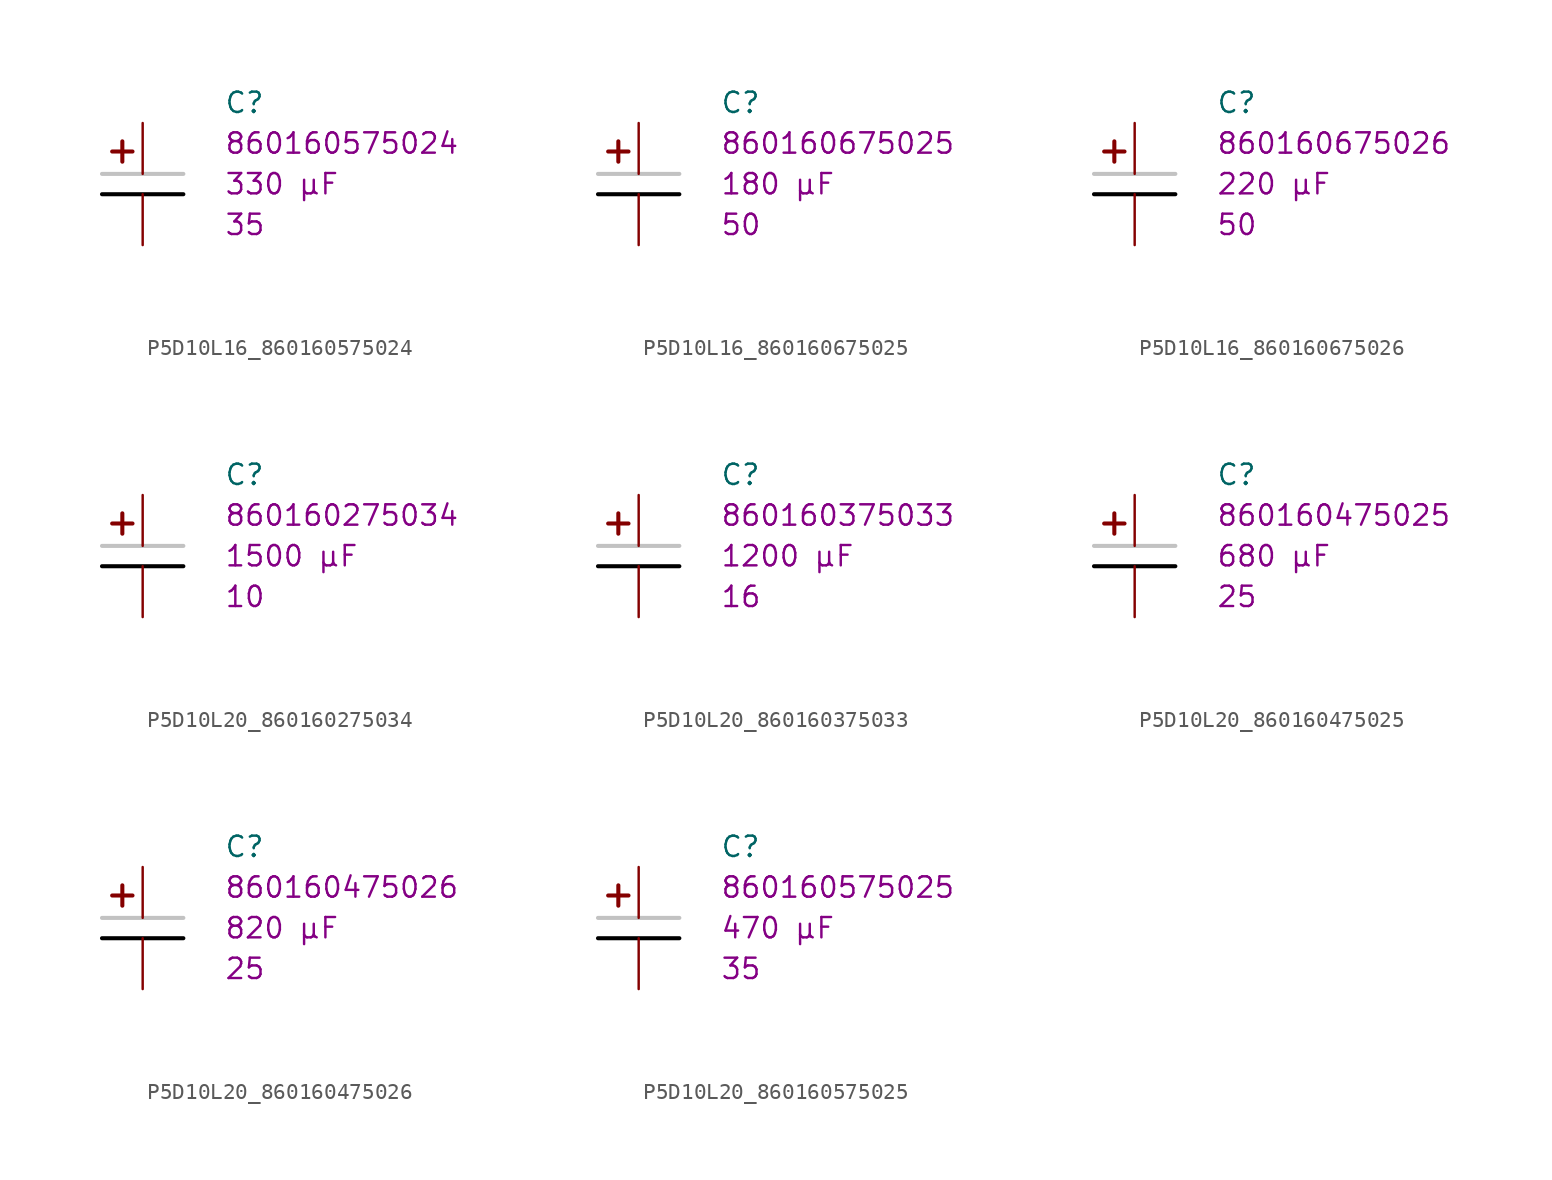
<source format=kicad_sym>
(kicad_symbol_lib
  (version 20220914)
  (generator kicad_symbol_editor)
  (symbol "P5D10L16_860160575024"
    (pin_numbers hide)
    (pin_names hide)
    (property "Reference" "C"
      (at 5.08 5.08 0)
      (effects (font (size 1.27 1.27)) (justify left)))
    (property "Part Number" "860160575024"
      (at 5.08 2.54 0)
      (effects (font (size 1.27 1.27)) (justify left)))
    (property "Capacitance" "330 µF"
      (at 5.08 0 0)
      (effects (font (size 1.27 1.27)) (justify left)))
    (property "Voltage" "35"
      (at 5.08 -2.54 0)
      (effects (font (size 1.27 1.27)) (justify left)))
    (property "Critical Parameter" ""
      (at 0 -7.62 0)
      (effects (font (size 1.27 1.27))))
    (symbol "P5D10L16_860160575024_1_1"
      (polyline (pts (xy -1.27 2.667) (xy -1.27 1.397)) (stroke (width 0.254) (type default)) (fill (type none)))
      (polyline (pts (xy -0.635 2.032) (xy -1.905 2.032)) (stroke (width 0.254) (type default)) (fill (type none)))
      (polyline (pts (xy 2.54 -0.635) (xy -2.54 -0.635)) (stroke (width 0.254) (type default) (color 0 0 0 1)) (fill (type none)))
      (polyline (pts (xy 2.54 0.635) (xy -2.54 0.635)) (stroke (width 0.254) (type default) (color 194 194 194 1)) (fill (type none)))
      (pin passive line (at 0 3.81 270) (length 3.175) (name "1" (effects (font (size 1.27 1.27)))) (number "1" (effects (font (size 1.27 1.27)))))
      (pin passive line (at 0 -3.81 90) (length 3.175) (name "2" (effects (font (size 1.27 1.27)))) (number "2" (effects (font (size 1.27 1.27)))))))
  (symbol "P5D10L16_860160675025"
    (pin_numbers hide)
    (pin_names hide)
    (property "Reference" "C"
      (at 5.08 5.08 0)
      (effects (font (size 1.27 1.27)) (justify left)))
    (property "Part Number" "860160675025"
      (at 5.08 2.54 0)
      (effects (font (size 1.27 1.27)) (justify left)))
    (property "Capacitance" "180 µF"
      (at 5.08 0 0)
      (effects (font (size 1.27 1.27)) (justify left)))
    (property "Voltage" "50"
      (at 5.08 -2.54 0)
      (effects (font (size 1.27 1.27)) (justify left)))
    (property "Critical Parameter" ""
      (at 0 -7.62 0)
      (effects (font (size 1.27 1.27))))
    (symbol "P5D10L16_860160675025_1_1"
      (polyline (pts (xy -1.27 2.667) (xy -1.27 1.397)) (stroke (width 0.254) (type default)) (fill (type none)))
      (polyline (pts (xy -0.635 2.032) (xy -1.905 2.032)) (stroke (width 0.254) (type default)) (fill (type none)))
      (polyline (pts (xy 2.54 -0.635) (xy -2.54 -0.635)) (stroke (width 0.254) (type default) (color 0 0 0 1)) (fill (type none)))
      (polyline (pts (xy 2.54 0.635) (xy -2.54 0.635)) (stroke (width 0.254) (type default) (color 194 194 194 1)) (fill (type none)))
      (pin passive line (at 0 3.81 270) (length 3.175) (name "1" (effects (font (size 1.27 1.27)))) (number "1" (effects (font (size 1.27 1.27)))))
      (pin passive line (at 0 -3.81 90) (length 3.175) (name "2" (effects (font (size 1.27 1.27)))) (number "2" (effects (font (size 1.27 1.27)))))))
  (symbol "P5D10L16_860160675026"
    (pin_numbers hide)
    (pin_names hide)
    (property "Reference" "C"
      (at 5.08 5.08 0)
      (effects (font (size 1.27 1.27)) (justify left)))
    (property "Part Number" "860160675026"
      (at 5.08 2.54 0)
      (effects (font (size 1.27 1.27)) (justify left)))
    (property "Capacitance" "220 µF"
      (at 5.08 0 0)
      (effects (font (size 1.27 1.27)) (justify left)))
    (property "Voltage" "50"
      (at 5.08 -2.54 0)
      (effects (font (size 1.27 1.27)) (justify left)))
    (property "Critical Parameter" ""
      (at 0 -7.62 0)
      (effects (font (size 1.27 1.27))))
    (symbol "P5D10L16_860160675026_1_1"
      (polyline (pts (xy -1.27 2.667) (xy -1.27 1.397)) (stroke (width 0.254) (type default)) (fill (type none)))
      (polyline (pts (xy -0.635 2.032) (xy -1.905 2.032)) (stroke (width 0.254) (type default)) (fill (type none)))
      (polyline (pts (xy 2.54 -0.635) (xy -2.54 -0.635)) (stroke (width 0.254) (type default) (color 0 0 0 1)) (fill (type none)))
      (polyline (pts (xy 2.54 0.635) (xy -2.54 0.635)) (stroke (width 0.254) (type default) (color 194 194 194 1)) (fill (type none)))
      (pin passive line (at 0 3.81 270) (length 3.175) (name "1" (effects (font (size 1.27 1.27)))) (number "1" (effects (font (size 1.27 1.27)))))
      (pin passive line (at 0 -3.81 90) (length 3.175) (name "2" (effects (font (size 1.27 1.27)))) (number "2" (effects (font (size 1.27 1.27)))))))
  (symbol "P5D10L20_860160275034"
    (pin_numbers hide)
    (pin_names hide)
    (property "Reference" "C"
      (at 5.08 5.08 0)
      (effects (font (size 1.27 1.27)) (justify left)))
    (property "Part Number" "860160275034"
      (at 5.08 2.54 0)
      (effects (font (size 1.27 1.27)) (justify left)))
    (property "Capacitance" "1500 µF"
      (at 5.08 0 0)
      (effects (font (size 1.27 1.27)) (justify left)))
    (property "Voltage" "10"
      (at 5.08 -2.54 0)
      (effects (font (size 1.27 1.27)) (justify left)))
    (property "Critical Parameter" ""
      (at 0 -7.62 0)
      (effects (font (size 1.27 1.27))))
    (symbol "P5D10L20_860160275034_1_1"
      (polyline (pts (xy -1.27 2.667) (xy -1.27 1.397)) (stroke (width 0.254) (type default)) (fill (type none)))
      (polyline (pts (xy -0.635 2.032) (xy -1.905 2.032)) (stroke (width 0.254) (type default)) (fill (type none)))
      (polyline (pts (xy 2.54 -0.635) (xy -2.54 -0.635)) (stroke (width 0.254) (type default) (color 0 0 0 1)) (fill (type none)))
      (polyline (pts (xy 2.54 0.635) (xy -2.54 0.635)) (stroke (width 0.254) (type default) (color 194 194 194 1)) (fill (type none)))
      (pin passive line (at 0 3.81 270) (length 3.175) (name "1" (effects (font (size 1.27 1.27)))) (number "1" (effects (font (size 1.27 1.27)))))
      (pin passive line (at 0 -3.81 90) (length 3.175) (name "2" (effects (font (size 1.27 1.27)))) (number "2" (effects (font (size 1.27 1.27)))))))
  (symbol "P5D10L20_860160375033"
    (pin_numbers hide)
    (pin_names hide)
    (property "Reference" "C"
      (at 5.08 5.08 0)
      (effects (font (size 1.27 1.27)) (justify left)))
    (property "Part Number" "860160375033"
      (at 5.08 2.54 0)
      (effects (font (size 1.27 1.27)) (justify left)))
    (property "Capacitance" "1200 µF"
      (at 5.08 0 0)
      (effects (font (size 1.27 1.27)) (justify left)))
    (property "Voltage" "16"
      (at 5.08 -2.54 0)
      (effects (font (size 1.27 1.27)) (justify left)))
    (property "Critical Parameter" ""
      (at 0 -7.62 0)
      (effects (font (size 1.27 1.27))))
    (symbol "P5D10L20_860160375033_1_1"
      (polyline (pts (xy -1.27 2.667) (xy -1.27 1.397)) (stroke (width 0.254) (type default)) (fill (type none)))
      (polyline (pts (xy -0.635 2.032) (xy -1.905 2.032)) (stroke (width 0.254) (type default)) (fill (type none)))
      (polyline (pts (xy 2.54 -0.635) (xy -2.54 -0.635)) (stroke (width 0.254) (type default) (color 0 0 0 1)) (fill (type none)))
      (polyline (pts (xy 2.54 0.635) (xy -2.54 0.635)) (stroke (width 0.254) (type default) (color 194 194 194 1)) (fill (type none)))
      (pin passive line (at 0 3.81 270) (length 3.175) (name "1" (effects (font (size 1.27 1.27)))) (number "1" (effects (font (size 1.27 1.27)))))
      (pin passive line (at 0 -3.81 90) (length 3.175) (name "2" (effects (font (size 1.27 1.27)))) (number "2" (effects (font (size 1.27 1.27)))))))
  (symbol "P5D10L20_860160475025"
    (pin_numbers hide)
    (pin_names hide)
    (property "Reference" "C"
      (at 5.08 5.08 0)
      (effects (font (size 1.27 1.27)) (justify left)))
    (property "Part Number" "860160475025"
      (at 5.08 2.54 0)
      (effects (font (size 1.27 1.27)) (justify left)))
    (property "Capacitance" "680 µF"
      (at 5.08 0 0)
      (effects (font (size 1.27 1.27)) (justify left)))
    (property "Voltage" "25"
      (at 5.08 -2.54 0)
      (effects (font (size 1.27 1.27)) (justify left)))
    (property "Critical Parameter" ""
      (at 0 -7.62 0)
      (effects (font (size 1.27 1.27))))
    (symbol "P5D10L20_860160475025_1_1"
      (polyline (pts (xy -1.27 2.667) (xy -1.27 1.397)) (stroke (width 0.254) (type default)) (fill (type none)))
      (polyline (pts (xy -0.635 2.032) (xy -1.905 2.032)) (stroke (width 0.254) (type default)) (fill (type none)))
      (polyline (pts (xy 2.54 -0.635) (xy -2.54 -0.635)) (stroke (width 0.254) (type default) (color 0 0 0 1)) (fill (type none)))
      (polyline (pts (xy 2.54 0.635) (xy -2.54 0.635)) (stroke (width 0.254) (type default) (color 194 194 194 1)) (fill (type none)))
      (pin passive line (at 0 3.81 270) (length 3.175) (name "1" (effects (font (size 1.27 1.27)))) (number "1" (effects (font (size 1.27 1.27)))))
      (pin passive line (at 0 -3.81 90) (length 3.175) (name "2" (effects (font (size 1.27 1.27)))) (number "2" (effects (font (size 1.27 1.27)))))))
  (symbol "P5D10L20_860160475026"
    (pin_numbers hide)
    (pin_names hide)
    (property "Reference" "C"
      (at 5.08 5.08 0)
      (effects (font (size 1.27 1.27)) (justify left)))
    (property "Part Number" "860160475026"
      (at 5.08 2.54 0)
      (effects (font (size 1.27 1.27)) (justify left)))
    (property "Capacitance" "820 µF"
      (at 5.08 0 0)
      (effects (font (size 1.27 1.27)) (justify left)))
    (property "Voltage" "25"
      (at 5.08 -2.54 0)
      (effects (font (size 1.27 1.27)) (justify left)))
    (property "Critical Parameter" ""
      (at 0 -7.62 0)
      (effects (font (size 1.27 1.27))))
    (symbol "P5D10L20_860160475026_1_1"
      (polyline (pts (xy -1.27 2.667) (xy -1.27 1.397)) (stroke (width 0.254) (type default)) (fill (type none)))
      (polyline (pts (xy -0.635 2.032) (xy -1.905 2.032)) (stroke (width 0.254) (type default)) (fill (type none)))
      (polyline (pts (xy 2.54 -0.635) (xy -2.54 -0.635)) (stroke (width 0.254) (type default) (color 0 0 0 1)) (fill (type none)))
      (polyline (pts (xy 2.54 0.635) (xy -2.54 0.635)) (stroke (width 0.254) (type default) (color 194 194 194 1)) (fill (type none)))
      (pin passive line (at 0 3.81 270) (length 3.175) (name "1" (effects (font (size 1.27 1.27)))) (number "1" (effects (font (size 1.27 1.27)))))
      (pin passive line (at 0 -3.81 90) (length 3.175) (name "2" (effects (font (size 1.27 1.27)))) (number "2" (effects (font (size 1.27 1.27)))))))
  (symbol "P5D10L20_860160575025"
    (pin_numbers hide)
    (pin_names hide)
    (property "Reference" "C"
      (at 5.08 5.08 0)
      (effects (font (size 1.27 1.27)) (justify left)))
    (property "Part Number" "860160575025"
      (at 5.08 2.54 0)
      (effects (font (size 1.27 1.27)) (justify left)))
    (property "Capacitance" "470 µF"
      (at 5.08 0 0)
      (effects (font (size 1.27 1.27)) (justify left)))
    (property "Voltage" "35"
      (at 5.08 -2.54 0)
      (effects (font (size 1.27 1.27)) (justify left)))
    (property "Critical Parameter" ""
      (at 0 -7.62 0)
      (effects (font (size 1.27 1.27))))
    (symbol "P5D10L20_860160575025_1_1"
      (polyline (pts (xy -1.27 2.667) (xy -1.27 1.397)) (stroke (width 0.254) (type default)) (fill (type none)))
      (polyline (pts (xy -0.635 2.032) (xy -1.905 2.032)) (stroke (width 0.254) (type default)) (fill (type none)))
      (polyline (pts (xy 2.54 -0.635) (xy -2.54 -0.635)) (stroke (width 0.254) (type default) (color 0 0 0 1)) (fill (type none)))
      (polyline (pts (xy 2.54 0.635) (xy -2.54 0.635)) (stroke (width 0.254) (type default) (color 194 194 194 1)) (fill (type none)))
      (pin passive line (at 0 3.81 270) (length 3.175) (name "1" (effects (font (size 1.27 1.27)))) (number "1" (effects (font (size 1.27 1.27)))))
      (pin passive line (at 0 -3.81 90) (length 3.175) (name "2" (effects (font (size 1.27 1.27)))) (number "2" (effects (font (size 1.27 1.27))))))))
</source>
